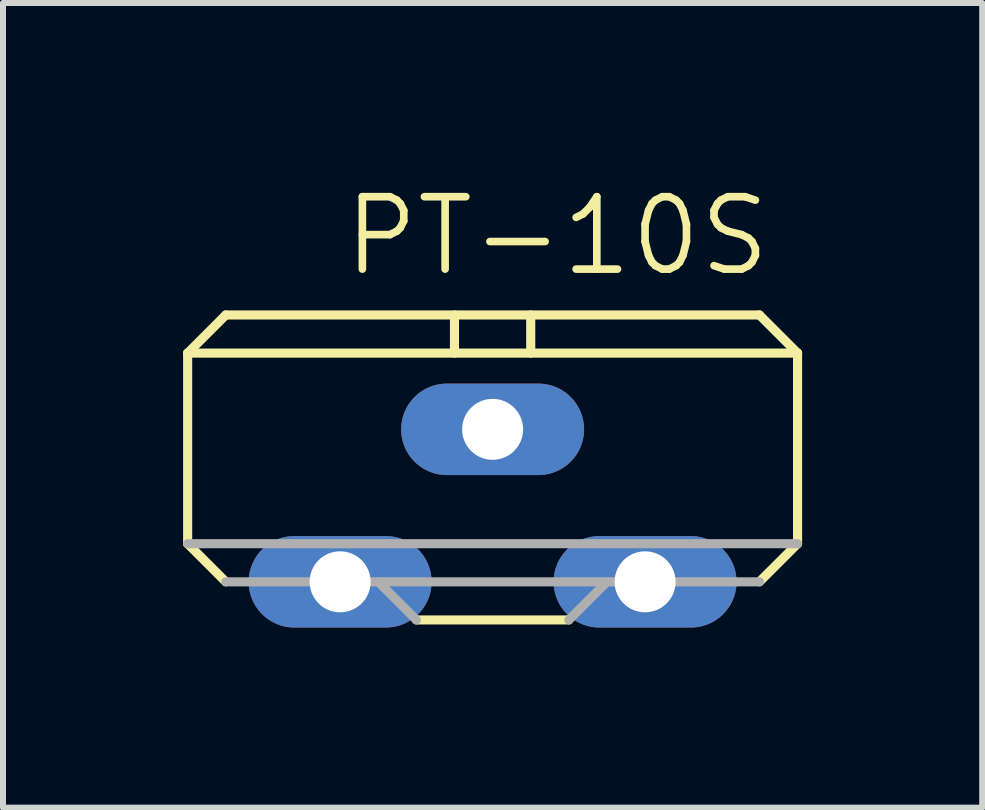
<source format=kicad_pcb>
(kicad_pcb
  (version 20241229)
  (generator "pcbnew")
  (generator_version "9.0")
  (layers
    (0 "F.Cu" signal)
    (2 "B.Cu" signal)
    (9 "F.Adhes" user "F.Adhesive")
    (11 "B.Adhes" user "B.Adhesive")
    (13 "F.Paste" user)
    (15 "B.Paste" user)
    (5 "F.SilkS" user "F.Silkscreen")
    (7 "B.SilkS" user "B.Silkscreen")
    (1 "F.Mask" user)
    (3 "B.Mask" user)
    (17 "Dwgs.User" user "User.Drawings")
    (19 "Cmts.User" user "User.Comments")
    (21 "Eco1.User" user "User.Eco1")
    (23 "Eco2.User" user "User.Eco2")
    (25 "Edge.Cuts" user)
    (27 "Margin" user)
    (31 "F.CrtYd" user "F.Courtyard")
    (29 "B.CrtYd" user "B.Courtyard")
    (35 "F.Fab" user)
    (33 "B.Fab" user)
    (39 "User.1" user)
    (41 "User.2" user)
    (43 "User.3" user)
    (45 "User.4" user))
  (footprint "PT-10S"
    (layer "F.Cu")
    (at 5.156 5.372)
    (property "Reference" "PT-10S" (at -2.54 -3.785 0) (layer "F.SilkS") (effects (font (size 1.206 1.206) (thickness 0.127)) (justify left bottom)))
    (attr through_hole)
    (fp_line (start -5.08 -2.54) (end 5.08 -2.54) (stroke (width 0.152) (type solid)) (layer "F.SilkS"))
    (fp_line (start -5.08 0.635) (end -5.08 -2.54) (stroke (width 0.152) (type solid)) (layer "F.SilkS"))
    (fp_line (start -4.445 -3.175) (end -5.08 -2.54) (stroke (width 0.152) (type solid)) (layer "F.SilkS"))
    (fp_line (start -4.445 -3.175) (end 4.445 -3.175) (stroke (width 0.152) (type solid)) (layer "F.SilkS"))
    (fp_line (start -4.445 1.27) (end -5.08 0.635) (stroke (width 0.152) (type solid)) (layer "F.SilkS"))
    (fp_line (start -1.27 1.905) (end 1.27 1.905) (stroke (width 0.152) (type solid)) (layer "F.SilkS"))
    (fp_line (start -0.635 -3.175) (end -0.635 -2.54) (stroke (width 0.152) (type solid)) (layer "F.SilkS"))
    (fp_line (start 0.635 -2.54) (end 0.635 -3.175) (stroke (width 0.152) (type solid)) (layer "F.SilkS"))
    (fp_line (start 5.08 -2.54) (end 4.445 -3.175) (stroke (width 0.152) (type solid)) (layer "F.SilkS"))
    (fp_line (start 5.08 -2.54) (end 5.08 0.635) (stroke (width 0.152) (type solid)) (layer "F.SilkS"))
    (fp_line (start 5.08 0.635) (end 4.445 1.27) (stroke (width 0.152) (type solid)) (layer "F.SilkS"))
    (fp_line (start -5.08 0.635) (end 5.08 0.635) (stroke (width 0.152) (type solid)) (layer "F.Fab"))
    (fp_line (start -4.445 1.27) (end 4.445 1.27) (stroke (width 0.152) (type solid)) (layer "F.Fab"))
    (fp_line (start -1.905 1.27) (end -1.27 1.905) (stroke (width 0.152) (type solid)) (layer "F.Fab"))
    (fp_line (start 1.27 1.905) (end 1.905 1.27) (stroke (width 0.152) (type solid)) (layer "F.Fab"))
    (pad "A" thru_hole oval (at -2.54 1.27) (size 3.048 1.524) (drill 1.016) (layers "*.Cu" "*.Mask"))
    (pad "E" thru_hole oval (at 2.54 1.27) (size 3.048 1.524) (drill 1.016) (layers "*.Cu" "*.Mask"))
    (pad "S" thru_hole oval (at 0 -1.27) (size 3.048 1.524) (drill 1.016) (layers "*.Cu" "*.Mask")))
  (gr_rect
    (start -3 -3)
    (end 13.312 10.404)
    (stroke (width 0.1) (type default))
    (fill no)
    (layer "Edge.Cuts")))
</source>
